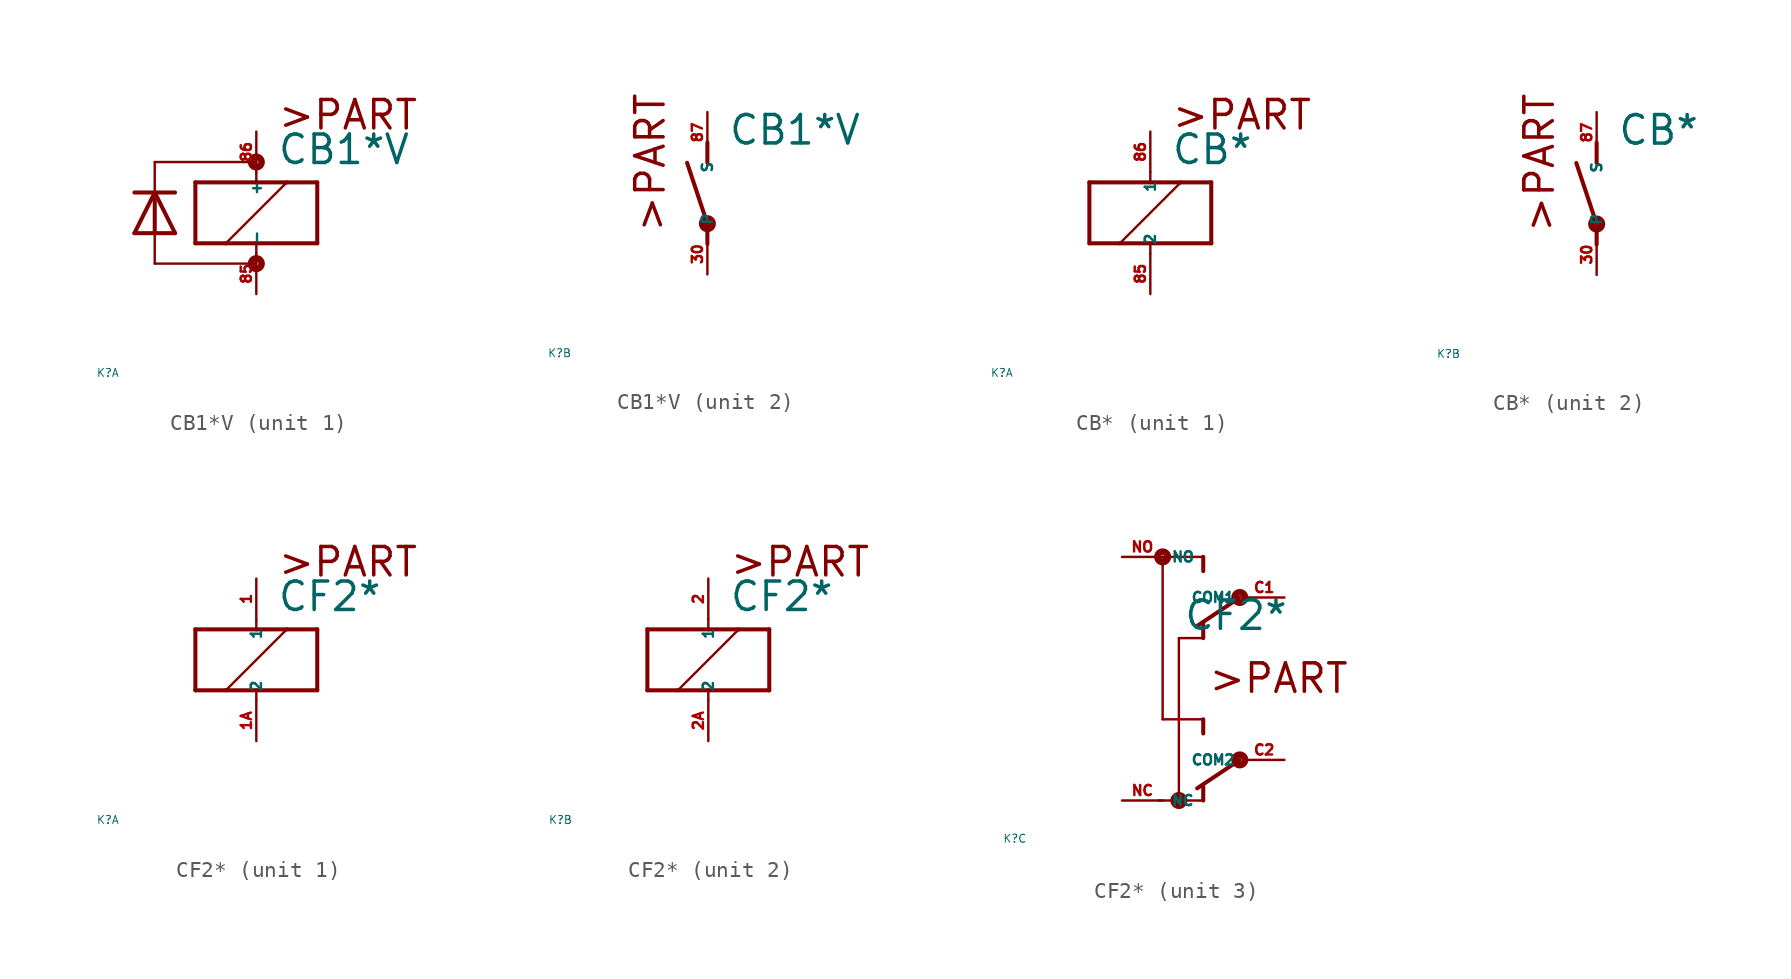
<source format=kicad_sym>
(kicad_symbol_lib
  (version 20220914)
  (generator Eagle2Kicad)
  (symbol "CB1*V"
    (property "Reference" "K"
      (at -10 -10 0)
      (effects (font (size 0.5 0.5) (thickness 0.06)) (justify left)))
    (property "Value" "CB1*V"
      (at 1.27 2.921 0)
      (effects (font (size 1.778 1.778) (thickness 0.22)) (justify left bottom)))
    (symbol "CB1*V_1_0"
      (polyline (pts (xy -3.81 -1.905) (xy -1.905 -1.905)) (stroke (width 0.254) (type default)) (fill (type none)))
      (polyline (pts (xy 3.81 -1.905) (xy 3.81 1.905)) (stroke (width 0.254) (type default)) (fill (type none)))
      (polyline (pts (xy 3.81 1.905) (xy 1.905 1.905)) (stroke (width 0.254) (type default)) (fill (type none)))
      (polyline (pts (xy -3.81 1.905) (xy -3.81 -1.905)) (stroke (width 0.254) (type default)) (fill (type none)))
      (polyline (pts (xy 0 -2.54) (xy 0 -1.905)) (stroke (width 0.152) (type default)) (fill (type none)))
      (polyline (pts (xy 0 -1.905) (xy 3.81 -1.905)) (stroke (width 0.254) (type default)) (fill (type none)))
      (polyline (pts (xy 0 2.54) (xy 0 1.905)) (stroke (width 0.152) (type default)) (fill (type none)))
      (polyline (pts (xy 0 1.905) (xy -3.81 1.905)) (stroke (width 0.254) (type default)) (fill (type none)))
      (polyline (pts (xy -1.905 -1.905) (xy 1.905 1.905)) (stroke (width 0.152) (type default)) (fill (type none)))
      (polyline (pts (xy -1.905 -1.905) (xy 0 -1.905)) (stroke (width 0.254) (type default)) (fill (type none)))
      (polyline (pts (xy 1.905 1.905) (xy 0 1.905)) (stroke (width 0.254) (type default)) (fill (type none)))
      (polyline (pts (xy -5.08 -1.27) (xy -6.35 1.27)) (stroke (width 0.254) (type default)) (fill (type none)))
      (polyline (pts (xy -6.35 1.27) (xy -7.62 -1.27)) (stroke (width 0.254) (type default)) (fill (type none)))
      (polyline (pts (xy -7.62 1.27) (xy -6.35 1.27)) (stroke (width 0.254) (type default)) (fill (type none)))
      (polyline (pts (xy -7.62 -1.27) (xy -6.35 -1.27)) (stroke (width 0.254) (type default)) (fill (type none)))
      (polyline (pts (xy -6.35 -1.27) (xy -6.35 1.27)) (stroke (width 0.254) (type default)) (fill (type none)))
      (polyline (pts (xy -6.35 -1.27) (xy -5.08 -1.27)) (stroke (width 0.254) (type default)) (fill (type none)))
      (polyline (pts (xy -6.35 1.27) (xy -5.08 1.27)) (stroke (width 0.254) (type default)) (fill (type none)))
      (polyline (pts (xy -6.35 3.175) (xy -6.35 1.27)) (stroke (width 0.152) (type default)) (fill (type none)))
      (polyline (pts (xy -6.35 3.175) (xy 0 3.175)) (stroke (width 0.152) (type default)) (fill (type none)))
      (polyline (pts (xy -6.35 -3.175) (xy -6.35 -1.27)) (stroke (width 0.152) (type default)) (fill (type none)))
      (polyline (pts (xy -6.35 -3.175) (xy 0 -3.175)) (stroke (width 0.152) (type default)) (fill (type none)))
      (text ">PART" (at 1.27 5.08 0) (effects (font (size 1.778 1.778) (thickness 0.22)) (justify left bottom)))
      (circle (center 0 3.175) (radius 0.127) (stroke (width 0.406) (type default)) (fill (type none)))
      (circle (center 0 -3.175) (radius 0.127) (stroke (width 0.406) (type default)) (fill (type none)))
      (pin passive line (at 0 -5.08 90) (length 2.54) (name "-" (effects (font (size 0.635 0.635) (thickness 0.08)) (justify left bottom))) (number "85" (effects (font (size 0.635 0.635) (thickness 0.08)) (justify left bottom))))
      (pin passive line (at 0 5.08 270) (length 2.54) (name "+" (effects (font (size 0.635 0.635) (thickness 0.08)) (justify left bottom))) (number "86" (effects (font (size 0.635 0.635) (thickness 0.08)) (justify left bottom)))))
    (symbol "CB1*V_2_0"
      (polyline (pts (xy 0 3.175) (xy 0 1.905)) (stroke (width 0.254) (type default)) (fill (type none)))
      (polyline (pts (xy 0 -3.175) (xy 0 -1.905)) (stroke (width 0.254) (type default)) (fill (type none)))
      (polyline (pts (xy 0 -1.905) (xy -1.27 1.905)) (stroke (width 0.254) (type default)) (fill (type none)))
      (text ">PART" (at -2.54 -2.54 900) (effects (font (size 1.778 1.778) (thickness 0.22)) (justify left bottom)))
      (circle (center 0 -1.905) (radius 0.127) (stroke (width 0.406) (type default)) (fill (type none)))
      (pin passive line (at 0 -5.08 90) (length 2.54) (name "P" (effects (font (size 0.635 0.635) (thickness 0.08)) (justify left bottom))) (number "30" (effects (font (size 0.635 0.635) (thickness 0.08)) (justify left bottom))))
      (pin passive line (at 0 5.08 270) (length 2.54) (name "S" (effects (font (size 0.635 0.635) (thickness 0.08)) (justify left bottom))) (number "87" (effects (font (size 0.635 0.635) (thickness 0.08)) (justify left bottom))))))
  (symbol "CB*"
    (property "Reference" "K"
      (at -10 -10 0)
      (effects (font (size 0.5 0.5) (thickness 0.06)) (justify left)))
    (property "Value" "CB*"
      (at 1.27 2.921 0)
      (effects (font (size 1.778 1.778) (thickness 0.22)) (justify left bottom)))
    (symbol "CB*_1_0"
      (polyline (pts (xy -3.81 -1.905) (xy -1.905 -1.905)) (stroke (width 0.254) (type default)) (fill (type none)))
      (polyline (pts (xy 3.81 -1.905) (xy 3.81 1.905)) (stroke (width 0.254) (type default)) (fill (type none)))
      (polyline (pts (xy 3.81 1.905) (xy 1.905 1.905)) (stroke (width 0.254) (type default)) (fill (type none)))
      (polyline (pts (xy -3.81 1.905) (xy -3.81 -1.905)) (stroke (width 0.254) (type default)) (fill (type none)))
      (polyline (pts (xy 0 -2.54) (xy 0 -1.905)) (stroke (width 0.152) (type default)) (fill (type none)))
      (polyline (pts (xy 0 -1.905) (xy 3.81 -1.905)) (stroke (width 0.254) (type default)) (fill (type none)))
      (polyline (pts (xy 0 2.54) (xy 0 1.905)) (stroke (width 0.152) (type default)) (fill (type none)))
      (polyline (pts (xy 0 1.905) (xy -3.81 1.905)) (stroke (width 0.254) (type default)) (fill (type none)))
      (polyline (pts (xy -1.905 -1.905) (xy 1.905 1.905)) (stroke (width 0.152) (type default)) (fill (type none)))
      (polyline (pts (xy -1.905 -1.905) (xy 0 -1.905)) (stroke (width 0.254) (type default)) (fill (type none)))
      (polyline (pts (xy 1.905 1.905) (xy 0 1.905)) (stroke (width 0.254) (type default)) (fill (type none)))
      (text ">PART" (at 1.27 5.08 0) (effects (font (size 1.778 1.778) (thickness 0.22)) (justify left bottom)))
      (pin passive line (at 0 -5.08 90) (length 2.54) (name "2" (effects (font (size 0.635 0.635) (thickness 0.08)) (justify left bottom))) (number "85" (effects (font (size 0.635 0.635) (thickness 0.08)) (justify left bottom))))
      (pin passive line (at 0 5.08 270) (length 2.54) (name "1" (effects (font (size 0.635 0.635) (thickness 0.08)) (justify left bottom))) (number "86" (effects (font (size 0.635 0.635) (thickness 0.08)) (justify left bottom)))))
    (symbol "CB*_2_0"
      (polyline (pts (xy 0 3.175) (xy 0 1.905)) (stroke (width 0.254) (type default)) (fill (type none)))
      (polyline (pts (xy 0 -3.175) (xy 0 -1.905)) (stroke (width 0.254) (type default)) (fill (type none)))
      (polyline (pts (xy 0 -1.905) (xy -1.27 1.905)) (stroke (width 0.254) (type default)) (fill (type none)))
      (text ">PART" (at -2.54 -2.54 900) (effects (font (size 1.778 1.778) (thickness 0.22)) (justify left bottom)))
      (circle (center 0 -1.905) (radius 0.127) (stroke (width 0.406) (type default)) (fill (type none)))
      (pin passive line (at 0 -5.08 90) (length 2.54) (name "P" (effects (font (size 0.635 0.635) (thickness 0.08)) (justify left bottom))) (number "30" (effects (font (size 0.635 0.635) (thickness 0.08)) (justify left bottom))))
      (pin passive line (at 0 5.08 270) (length 2.54) (name "S" (effects (font (size 0.635 0.635) (thickness 0.08)) (justify left bottom))) (number "87" (effects (font (size 0.635 0.635) (thickness 0.08)) (justify left bottom))))))
  (symbol "CF2*"
    (property "Reference" "K"
      (at -10 -10 0)
      (effects (font (size 0.5 0.5) (thickness 0.06)) (justify left)))
    (property "Value" "CF2*"
      (at 1.27 2.921 0)
      (effects (font (size 1.778 1.778) (thickness 0.22)) (justify left bottom)))
    (symbol "CF2*_1_0"
      (polyline (pts (xy -3.81 -1.905) (xy -1.905 -1.905)) (stroke (width 0.254) (type default)) (fill (type none)))
      (polyline (pts (xy 3.81 -1.905) (xy 3.81 1.905)) (stroke (width 0.254) (type default)) (fill (type none)))
      (polyline (pts (xy 3.81 1.905) (xy 1.905 1.905)) (stroke (width 0.254) (type default)) (fill (type none)))
      (polyline (pts (xy -3.81 1.905) (xy -3.81 -1.905)) (stroke (width 0.254) (type default)) (fill (type none)))
      (polyline (pts (xy 0 -2.54) (xy 0 -1.905)) (stroke (width 0.152) (type default)) (fill (type none)))
      (polyline (pts (xy 0 -1.905) (xy 3.81 -1.905)) (stroke (width 0.254) (type default)) (fill (type none)))
      (polyline (pts (xy 0 2.54) (xy 0 1.905)) (stroke (width 0.152) (type default)) (fill (type none)))
      (polyline (pts (xy 0 1.905) (xy -3.81 1.905)) (stroke (width 0.254) (type default)) (fill (type none)))
      (polyline (pts (xy -1.905 -1.905) (xy 1.905 1.905)) (stroke (width 0.152) (type default)) (fill (type none)))
      (polyline (pts (xy -1.905 -1.905) (xy 0 -1.905)) (stroke (width 0.254) (type default)) (fill (type none)))
      (polyline (pts (xy 1.905 1.905) (xy 0 1.905)) (stroke (width 0.254) (type default)) (fill (type none)))
      (text ">PART" (at 1.27 5.08 0) (effects (font (size 1.778 1.778) (thickness 0.22)) (justify left bottom)))
      (pin passive line (at 0 -5.08 90) (length 2.54) (name "2" (effects (font (size 0.635 0.635) (thickness 0.08)) (justify left bottom))) (number "1A" (effects (font (size 0.635 0.635) (thickness 0.08)) (justify left bottom))))
      (pin passive line (at 0 5.08 270) (length 2.54) (name "1" (effects (font (size 0.635 0.635) (thickness 0.08)) (justify left bottom))) (number "1" (effects (font (size 0.635 0.635) (thickness 0.08)) (justify left bottom)))))
    (symbol "CF2*_2_0"
      (polyline (pts (xy -3.81 -1.905) (xy -1.905 -1.905)) (stroke (width 0.254) (type default)) (fill (type none)))
      (polyline (pts (xy 3.81 -1.905) (xy 3.81 1.905)) (stroke (width 0.254) (type default)) (fill (type none)))
      (polyline (pts (xy 3.81 1.905) (xy 1.905 1.905)) (stroke (width 0.254) (type default)) (fill (type none)))
      (polyline (pts (xy -3.81 1.905) (xy -3.81 -1.905)) (stroke (width 0.254) (type default)) (fill (type none)))
      (polyline (pts (xy 0 -2.54) (xy 0 -1.905)) (stroke (width 0.152) (type default)) (fill (type none)))
      (polyline (pts (xy 0 -1.905) (xy 3.81 -1.905)) (stroke (width 0.254) (type default)) (fill (type none)))
      (polyline (pts (xy 0 2.54) (xy 0 1.905)) (stroke (width 0.152) (type default)) (fill (type none)))
      (polyline (pts (xy 0 1.905) (xy -3.81 1.905)) (stroke (width 0.254) (type default)) (fill (type none)))
      (polyline (pts (xy -1.905 -1.905) (xy 1.905 1.905)) (stroke (width 0.152) (type default)) (fill (type none)))
      (polyline (pts (xy -1.905 -1.905) (xy 0 -1.905)) (stroke (width 0.254) (type default)) (fill (type none)))
      (polyline (pts (xy 1.905 1.905) (xy 0 1.905)) (stroke (width 0.254) (type default)) (fill (type none)))
      (text ">PART" (at 1.27 5.08 0) (effects (font (size 1.778 1.778) (thickness 0.22)) (justify left bottom)))
      (pin passive line (at 0 -5.08 90) (length 2.54) (name "2" (effects (font (size 0.635 0.635) (thickness 0.08)) (justify left bottom))) (number "2A" (effects (font (size 0.635 0.635) (thickness 0.08)) (justify left bottom))))
      (pin passive line (at 0 5.08 270) (length 2.54) (name "1" (effects (font (size 0.635 0.635) (thickness 0.08)) (justify left bottom))) (number "2" (effects (font (size 0.635 0.635) (thickness 0.08)) (justify left bottom)))))
    (symbol "CF2*_3_0"
      (polyline (pts (xy 2.54 2.54) (xy 2.54 3.429)) (stroke (width 0.254) (type default)) (fill (type none)))
      (polyline (pts (xy 4.826 -5.08) (xy 2.159 -6.858)) (stroke (width 0.254) (type default)) (fill (type none)))
      (polyline (pts (xy 4.826 5.08) (xy 2.159 3.302)) (stroke (width 0.254) (type default)) (fill (type none)))
      (polyline (pts (xy 2.54 -7.62) (xy 1.016 -7.62)) (stroke (width 0.152) (type default)) (fill (type none)))
      (polyline (pts (xy 1.016 -7.62) (xy 1.016 2.54)) (stroke (width 0.152) (type default)) (fill (type none)))
      (polyline (pts (xy 1.016 2.54) (xy 2.54 2.54)) (stroke (width 0.152) (type default)) (fill (type none)))
      (polyline (pts (xy 2.54 -7.62) (xy 2.54 -6.731)) (stroke (width 0.254) (type default)) (fill (type none)))
      (polyline (pts (xy 2.54 -2.54) (xy 2.54 -3.429)) (stroke (width 0.254) (type default)) (fill (type none)))
      (polyline (pts (xy 2.54 7.62) (xy 0 7.62)) (stroke (width 0.152) (type default)) (fill (type none)))
      (polyline (pts (xy 0 7.62) (xy 0 -2.54)) (stroke (width 0.152) (type default)) (fill (type none)))
      (polyline (pts (xy 0 -2.54) (xy 2.54 -2.54)) (stroke (width 0.152) (type default)) (fill (type none)))
      (polyline (pts (xy 2.54 7.62) (xy 2.54 6.731)) (stroke (width 0.254) (type default)) (fill (type none)))
      (polyline (pts (xy 1.016 -7.62) (xy -0.254 -7.62)) (stroke (width 0.152) (type default)) (fill (type none)))
      (text ">PART" (at 2.794 -1.016 0) (effects (font (size 1.778 1.778) (thickness 0.22)) (justify left bottom)))
      (circle (center 4.826 -5.08) (radius 0.127) (stroke (width 0.406) (type default)) (fill (type none)))
      (circle (center 4.826 5.08) (radius 0.127) (stroke (width 0.406) (type default)) (fill (type none)))
      (circle (center 0 7.62) (radius 0.127) (stroke (width 0.406) (type default)) (fill (type none)))
      (circle (center 1.016 -7.62) (radius 0.127) (stroke (width 0.406) (type default)) (fill (type none)))
      (pin passive line (at -2.54 -7.62 0) (length 2.54) (name "NC" (effects (font (size 0.635 0.635) (thickness 0.08)) (justify left bottom))) (number "NC" (effects (font (size 0.635 0.635) (thickness 0.08)) (justify left bottom))))
      (pin passive line (at -2.54 7.62 0) (length 2.54) (name "NO" (effects (font (size 0.635 0.635) (thickness 0.08)) (justify left bottom))) (number "NO" (effects (font (size 0.635 0.635) (thickness 0.08)) (justify left bottom))))
      (pin passive line (at 7.62 5.08 180) (length 2.54) (name "COM1" (effects (font (size 0.635 0.635) (thickness 0.08)) (justify left bottom))) (number "C1" (effects (font (size 0.635 0.635) (thickness 0.08)) (justify left bottom))))
      (pin passive line (at 7.62 -5.08 180) (length 2.54) (name "COM2" (effects (font (size 0.635 0.635) (thickness 0.08)) (justify left bottom))) (number "C2" (effects (font (size 0.635 0.635) (thickness 0.08)) (justify left bottom)))))))
</source>
